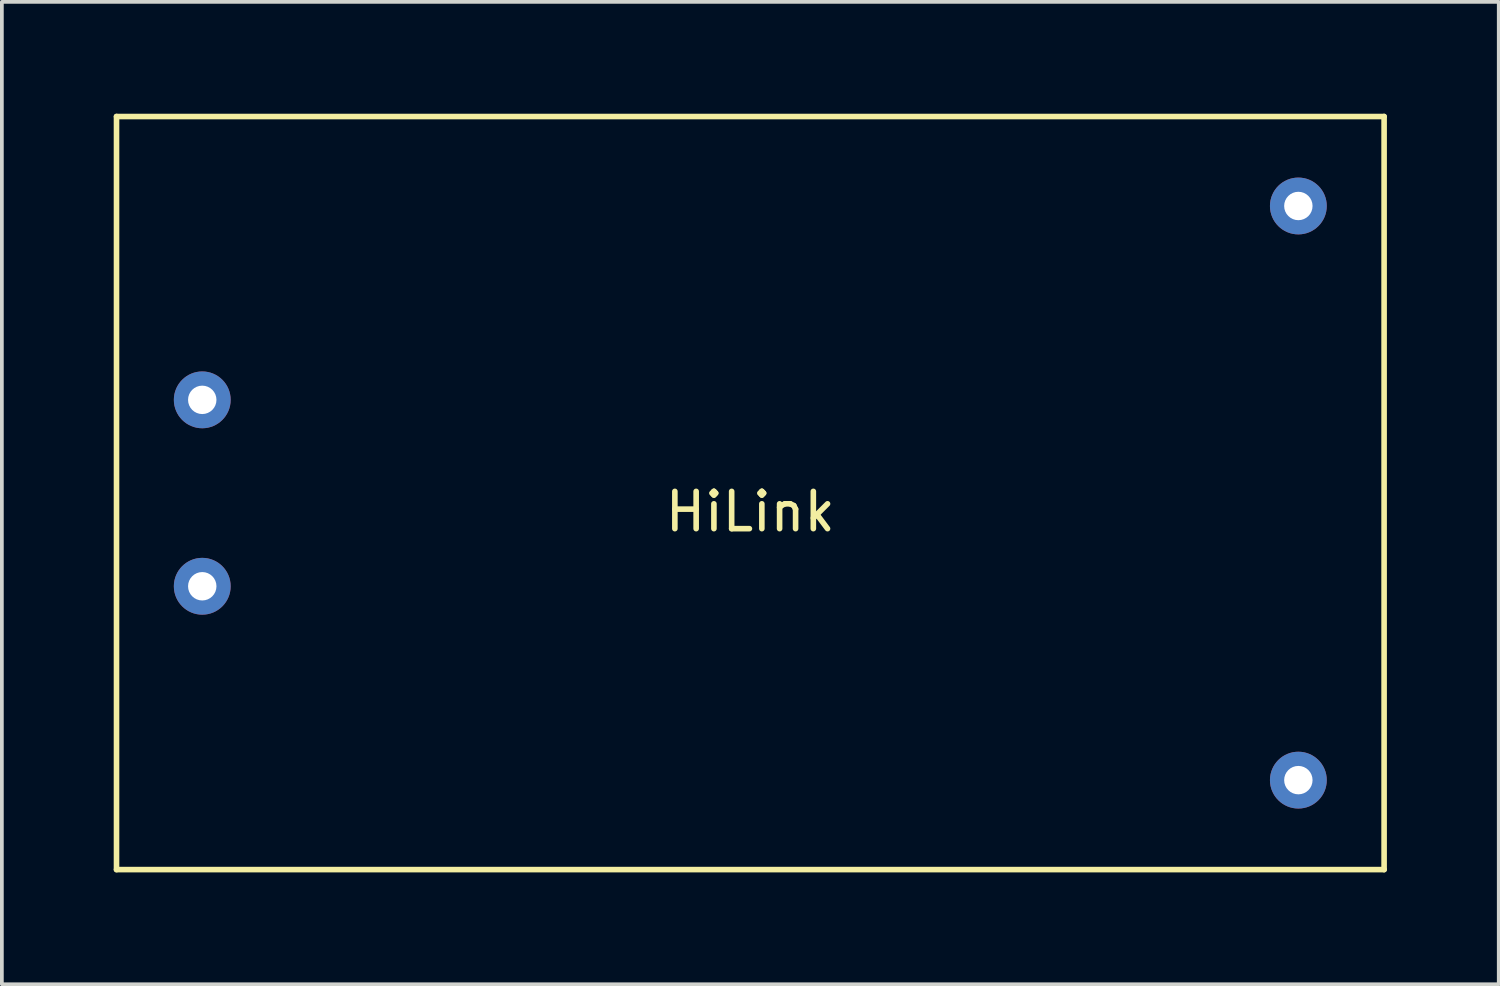
<source format=kicad_pcb>
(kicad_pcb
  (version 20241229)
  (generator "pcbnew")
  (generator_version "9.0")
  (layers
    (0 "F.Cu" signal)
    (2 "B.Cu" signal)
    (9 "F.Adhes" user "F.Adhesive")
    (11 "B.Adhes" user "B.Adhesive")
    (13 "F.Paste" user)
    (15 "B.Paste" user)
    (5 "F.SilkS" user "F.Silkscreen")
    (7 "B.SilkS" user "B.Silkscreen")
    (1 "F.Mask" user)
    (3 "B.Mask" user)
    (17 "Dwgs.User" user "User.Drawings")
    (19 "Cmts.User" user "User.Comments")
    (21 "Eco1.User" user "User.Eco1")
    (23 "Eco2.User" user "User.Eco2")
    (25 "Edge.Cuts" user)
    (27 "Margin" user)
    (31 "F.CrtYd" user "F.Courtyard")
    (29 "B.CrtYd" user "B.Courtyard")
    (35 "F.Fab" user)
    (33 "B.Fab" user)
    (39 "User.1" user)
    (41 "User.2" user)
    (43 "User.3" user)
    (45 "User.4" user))
  (footprint "HiLink"
    (layer "F.Cu")
    (at 17.075 10.175)
    (property "Reference" "HiLink" (at 0 0.5 0) (layer "F.SilkS") (effects (font (size 1 1) (thickness 0.15))))
    (attr through_hole)
    (fp_line (start -17 -10.1) (end 17 -10.1) (stroke (width 0.15) (type solid)) (layer "F.SilkS"))
    (fp_line (start -17 10.1) (end -17 -10.1) (stroke (width 0.15) (type solid)) (layer "F.SilkS"))
    (fp_line (start 17 -10.1) (end 17 10.1) (stroke (width 0.15) (type solid)) (layer "F.SilkS"))
    (fp_line (start 17 10.1) (end -17 10.1) (stroke (width 0.15) (type solid)) (layer "F.SilkS"))
    (pad "1" thru_hole circle (at -14.7 -2.5) (size 1.524 1.524) (drill 0.762) (layers "*.Cu" "*.Mask"))
    (pad "2" thru_hole circle (at -14.7 2.5) (size 1.524 1.524) (drill 0.762) (layers "*.Cu" "*.Mask"))
    (pad "3" thru_hole circle (at 14.7 -7.7) (size 1.524 1.524) (drill 0.762) (layers "*.Cu" "*.Mask"))
    (pad "4" thru_hole circle (at 14.7 7.7) (size 1.524 1.524) (drill 0.762) (layers "*.Cu" "*.Mask")))
  (gr_rect
    (start -3 -3)
    (end 37.15 23.35)
    (stroke (width 0.1) (type default))
    (fill no)
    (layer "Edge.Cuts")))
</source>
